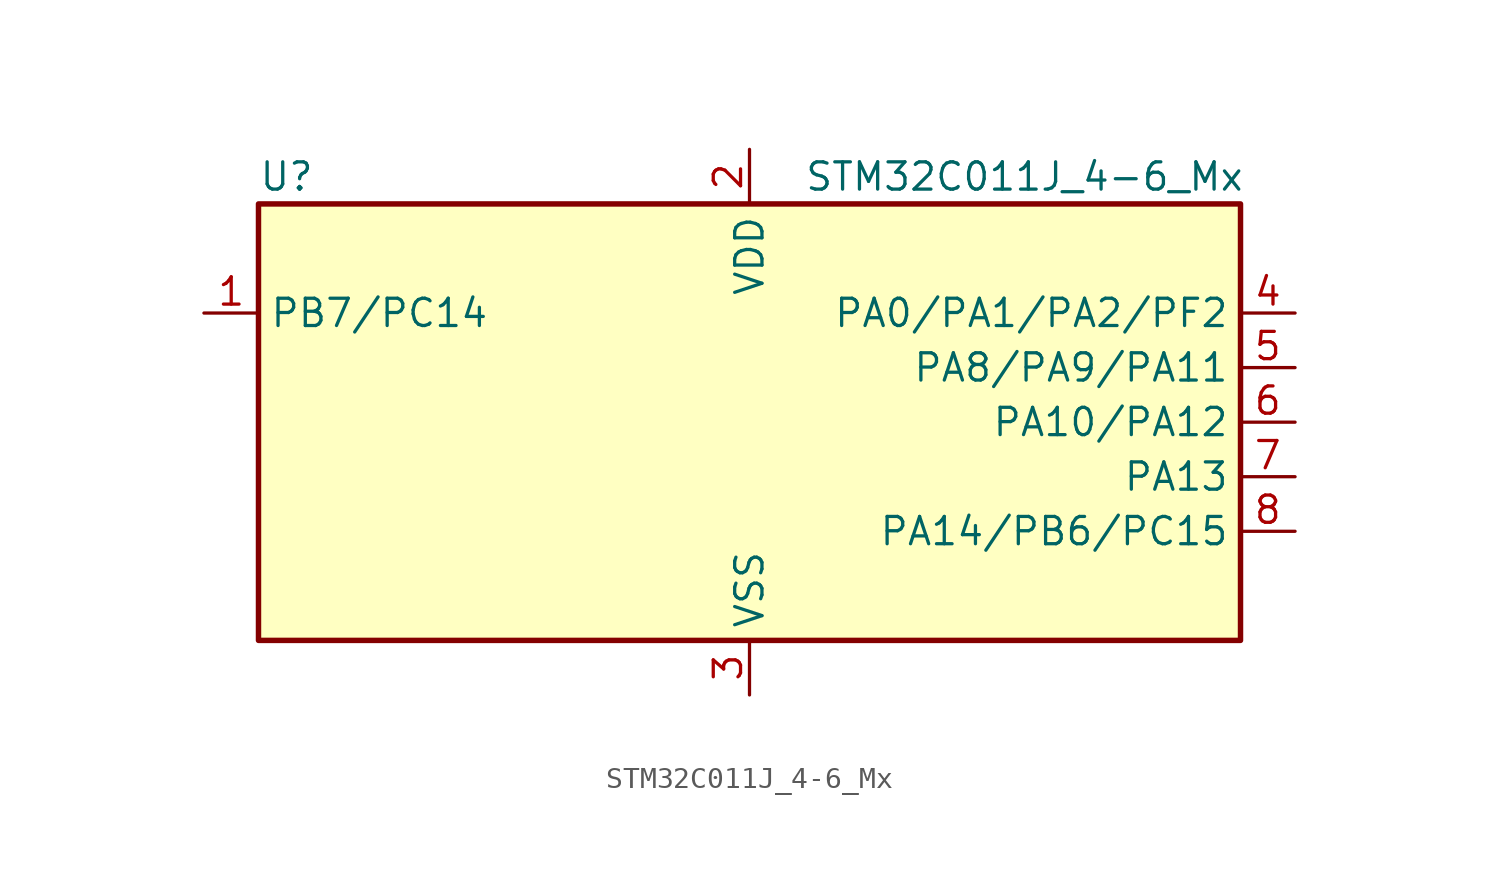
<source format=kicad_sym>
(kicad_symbol_lib
  (version 20241209)
  (generator "kicad_symbol_editor")
  (generator_version "9.0")
  (symbol "STM32C011J_4-6_Mx"
    (property "Reference" "U"
      (at -22.86 11.43 0)
      (effects (font (size 1.27 1.27)) (justify left)))
    (property "Value" "STM32C011J_4-6_Mx"
      (at 2.54 11.43 0)
      (effects (font (size 1.27 1.27)) (justify left)))
    (symbol "STM32C011J_4-6_Mx_0_1"
      (rectangle (start -22.86 -10.16) (end 22.86 10.16) (stroke (width 0.254) (type default)) (fill (type background))))
    (symbol "STM32C011J_4-6_Mx_1_1"
      (pin bidirectional line (at -25.4 5.08 0) (length 2.54) (name "PB7/PC14" (effects (font (size 1.27 1.27)))) (number "1" (effects (font (size 1.27 1.27)))) (alternate "I2C1_SCL (PB7)" bidirectional line) (alternate "I2C1_SDA (PB7)" bidirectional line) (alternate "I2C1_SDA (PC14)" bidirectional line) (alternate "IR_OUT (PC14)" bidirectional line) (alternate "PB7" bidirectional line) (alternate "PC14" bidirectional line) (alternate "RCC_OSCX_IN (PC14)" bidirectional line) (alternate "RTC_REFIN (PB7)" bidirectional line) (alternate "TIM16_CH1 (PB7)" bidirectional line) (alternate "TIM17_CH1 (PC14)" bidirectional line) (alternate "TIM17_CH1N (PB7)" bidirectional line) (alternate "TIM1_BKIN2 (PC14)" bidirectional line) (alternate "TIM1_CH4 (PB7)" bidirectional line) (alternate "TIM1_ETR (PC14)" bidirectional line) (alternate "TIM3_CH1 (PB7)" bidirectional line) (alternate "TIM3_CH2 (PC14)" bidirectional line) (alternate "TIM3_CH4 (PB7)" bidirectional line) (alternate "USART1_RX (PB7)" bidirectional line) (alternate "USART1_TX (PC14)" bidirectional line) (alternate "USART2_CK (PC14)" bidirectional line) (alternate "USART2_CTS (PB7)" bidirectional line) (alternate "USART2_DE (PC14)" bidirectional line) (alternate "USART2_NSS (PB7)" bidirectional line) (alternate "USART2_RTS (PC14)" bidirectional line))
      (pin power_in line (at 0 12.7 270) (length 2.54) (name "VDD" (effects (font (size 1.27 1.27)))) (number "2" (effects (font (size 1.27 1.27)))))
      (pin power_in line (at 0 -12.7 90) (length 2.54) (name "VSS" (effects (font (size 1.27 1.27)))) (number "3" (effects (font (size 1.27 1.27)))))
      (pin bidirectional line (at 25.4 5.08 180) (length 2.54) (name "PA0/PA1/PA2/PF2" (effects (font (size 1.27 1.27)))) (number "4" (effects (font (size 1.27 1.27)))) (alternate "ADC1_IN0 (PA0)" bidirectional line) (alternate "ADC1_IN1 (PA1)" bidirectional line) (alternate "ADC1_IN2 (PA2)" bidirectional line) (alternate "I2C1_SMBA (PA1)" bidirectional line) (alternate "I2S1_CK (PA1)" bidirectional line) (alternate "I2S1_SD (PA2)" bidirectional line) (alternate "PA0" bidirectional line) (alternate "PA1" bidirectional line) (alternate "PA2" bidirectional line) (alternate "PF2" bidirectional line) (alternate "PWR_WKUP1 (PA0)" bidirectional line) (alternate "PWR_WKUP4 (PA2)" bidirectional line) (alternate "RCC_LSCO (PA2)" bidirectional line) (alternate "RCC_MCO (PF2)" bidirectional line) (alternate "SPI1_MOSI (PA2)" bidirectional line) (alternate "SPI1_SCK (PA1)" bidirectional line) (alternate "TIM16_CH1 (PA0)" bidirectional line) (alternate "TIM16_CH1N (PA2)" bidirectional line) (alternate "TIM17_CH1 (PA1)" bidirectional line) (alternate "TIM1_CH1 (PA0)" bidirectional line) (alternate "TIM1_CH2 (PA1)" bidirectional line) (alternate "TIM1_CH3 (PA2)" bidirectional line) (alternate "TIM1_CH4 (PF2)" bidirectional line) (alternate "TIM3_ETR (PA2)" bidirectional line) (alternate "USART1_RX (PA1)" bidirectional line) (alternate "USART1_TX (PA0)" bidirectional line) (alternate "USART2_CK (PA1)" bidirectional line) (alternate "USART2_CTS (PA0)" bidirectional line) (alternate "USART2_DE (PA1)" bidirectional line) (alternate "USART2_NSS (PA0)" bidirectional line) (alternate "USART2_RTS (PA1)" bidirectional line) (alternate "USART2_TX (PA2)" bidirectional line))
      (pin bidirectional line (at 25.4 2.54 180) (length 2.54) (name "PA8/PA9/PA11" (effects (font (size 1.27 1.27)))) (number "5" (effects (font (size 1.27 1.27)))) (alternate "ADC1_EXTI11 (PA11)" bidirectional line) (alternate "ADC1_IN11 (PA11)" bidirectional line) (alternate "ADC1_IN8 (PA8)" bidirectional line) (alternate "I2C1_SCL (PA9)" bidirectional line) (alternate "I2S1_MCK (PA11)" bidirectional line) (alternate "I2S1_WS (PA8)" bidirectional line) (alternate "PA11" bidirectional line) (alternate "PA8" bidirectional line) (alternate "PA9" bidirectional line) (alternate "RCC_MCO (PA8)" bidirectional line) (alternate "RCC_MCO (PA9)" bidirectional line) (alternate "RCC_MCO_2 (PA8)" bidirectional line) (alternate "SPI1_MISO (PA11)" bidirectional line) (alternate "SPI1_NSS (PA8)" bidirectional line) (alternate "TIM14_CH1 (PA8)" bidirectional line) (alternate "TIM1_BKIN2 (PA11)" bidirectional line) (alternate "TIM1_CH1 (PA8)" bidirectional line) (alternate "TIM1_CH2 (PA9)" bidirectional line) (alternate "TIM1_CH2N (PA8)" bidirectional line) (alternate "TIM1_CH3N (PA8)" bidirectional line) (alternate "TIM1_CH4 (PA11)" bidirectional line) (alternate "TIM3_CH3 (PA8)" bidirectional line) (alternate "TIM3_CH4 (PA8)" bidirectional line) (alternate "TIM3_ETR (PA9)" bidirectional line) (alternate "USART1_CTS (PA11)" bidirectional line) (alternate "USART1_NSS (PA11)" bidirectional line) (alternate "USART1_RX (PA8)" bidirectional line) (alternate "USART1_TX (PA9)" bidirectional line) (alternate "USART2_TX (PA8)" bidirectional line))
      (pin bidirectional line (at 25.4 0 180) (length 2.54) (name "PA10/PA12" (effects (font (size 1.27 1.27)))) (number "6" (effects (font (size 1.27 1.27)))) (alternate "ADC1_IN12 (PA12)" bidirectional line) (alternate "I2C1_SDA (PA10)" bidirectional line) (alternate "I2S1_SD (PA12)" bidirectional line) (alternate "I2S_CKIN (PA12)" bidirectional line) (alternate "PA10" bidirectional line) (alternate "PA12" bidirectional line) (alternate "RCC_MCO_2 (PA10)" bidirectional line) (alternate "SPI1_MOSI (PA12)" bidirectional line) (alternate "TIM17_BKIN (PA10)" bidirectional line) (alternate "TIM1_CH3 (PA10)" bidirectional line) (alternate "TIM1_ETR (PA12)" bidirectional line) (alternate "USART1_CK (PA12)" bidirectional line) (alternate "USART1_DE (PA12)" bidirectional line) (alternate "USART1_RTS (PA12)" bidirectional line) (alternate "USART1_RX (PA10)" bidirectional line))
      (pin bidirectional line (at 25.4 -2.54 180) (length 2.54) (name "PA13" (effects (font (size 1.27 1.27)))) (number "7" (effects (font (size 1.27 1.27)))) (alternate "ADC1_IN13" bidirectional line) (alternate "DEBUG_SWDIO" bidirectional line) (alternate "IR_OUT" bidirectional line) (alternate "TIM3_ETR" bidirectional line) (alternate "USART2_RX" bidirectional line))
      (pin bidirectional line (at 25.4 -5.08 180) (length 2.54) (name "PA14/PB6/PC15" (effects (font (size 1.27 1.27)))) (number "8" (effects (font (size 1.27 1.27)))) (alternate "ADC1_IN14 (PA14)" bidirectional line) (alternate "DEBUG_SWCLK (PA14)" bidirectional line) (alternate "I2C1_SCL (PB6)" bidirectional line) (alternate "I2C1_SMBA (PB6)" bidirectional line) (alternate "I2S1_CK (PB6)" bidirectional line) (alternate "I2S1_MCK (PB6)" bidirectional line) (alternate "I2S1_SD (PB6)" bidirectional line) (alternate "I2S1_WS (PA14)" bidirectional line) (alternate "PA14" bidirectional line) (alternate "PB6" bidirectional line) (alternate "PC15" bidirectional line) (alternate "PWR_WKUP3 (PB6)" bidirectional line) (alternate "RCC_MCO_2 (PA14)" bidirectional line) (alternate "RCC_OSC32_EN (PC15)" bidirectional line) (alternate "RCC_OSCX_OUT (PC15)" bidirectional line) (alternate "RCC_OSC_EN (PC15)" bidirectional line) (alternate "SPI1_MISO (PB6)" bidirectional line) (alternate "SPI1_MOSI (PB6)" bidirectional line) (alternate "SPI1_NSS (PA14)" bidirectional line) (alternate "SPI1_SCK (PB6)" bidirectional line) (alternate "TIM16_BKIN (PB6)" bidirectional line) (alternate "TIM16_CH1N (PB6)" bidirectional line) (alternate "TIM17_BKIN (PB6)" bidirectional line) (alternate "TIM1_CH1 (PA14)" bidirectional line) (alternate "TIM1_CH2 (PB6)" bidirectional line) (alternate "TIM1_CH3 (PB6)" bidirectional line) (alternate "TIM1_ETR (PC15)" bidirectional line) (alternate "TIM3_CH1 (PB6)" bidirectional line) (alternate "TIM3_CH2 (PB6)" bidirectional line) (alternate "TIM3_CH3 (PB6)" bidirectional line) (alternate "TIM3_CH3 (PC15)" bidirectional line) (alternate "USART1_CK (PA14)" bidirectional line) (alternate "USART1_CK (PB6)" bidirectional line) (alternate "USART1_CTS (PB6)" bidirectional line) (alternate "USART1_DE (PA14)" bidirectional line) (alternate "USART1_DE (PB6)" bidirectional line) (alternate "USART1_NSS (PB6)" bidirectional line) (alternate "USART1_RTS (PA14)" bidirectional line) (alternate "USART1_RTS (PB6)" bidirectional line) (alternate "USART1_TX (PB6)" bidirectional line) (alternate "USART2_RX (PA14)" bidirectional line) (alternate "USART2_TX (PA14)" bidirectional line)))))
</source>
